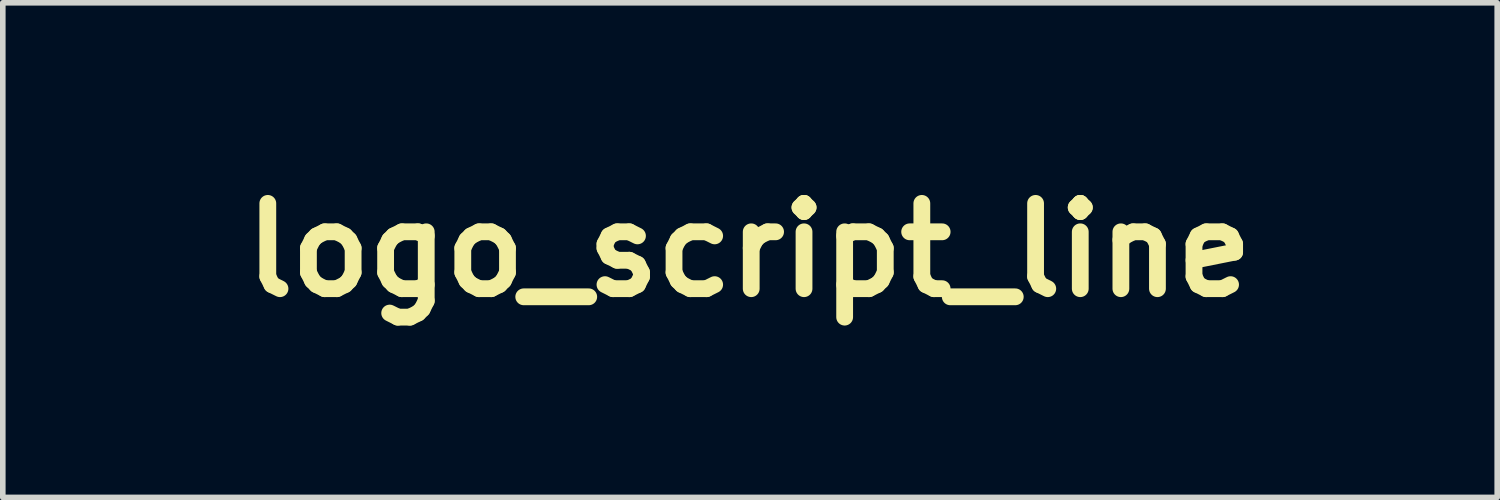
<source format=kicad_pcb>
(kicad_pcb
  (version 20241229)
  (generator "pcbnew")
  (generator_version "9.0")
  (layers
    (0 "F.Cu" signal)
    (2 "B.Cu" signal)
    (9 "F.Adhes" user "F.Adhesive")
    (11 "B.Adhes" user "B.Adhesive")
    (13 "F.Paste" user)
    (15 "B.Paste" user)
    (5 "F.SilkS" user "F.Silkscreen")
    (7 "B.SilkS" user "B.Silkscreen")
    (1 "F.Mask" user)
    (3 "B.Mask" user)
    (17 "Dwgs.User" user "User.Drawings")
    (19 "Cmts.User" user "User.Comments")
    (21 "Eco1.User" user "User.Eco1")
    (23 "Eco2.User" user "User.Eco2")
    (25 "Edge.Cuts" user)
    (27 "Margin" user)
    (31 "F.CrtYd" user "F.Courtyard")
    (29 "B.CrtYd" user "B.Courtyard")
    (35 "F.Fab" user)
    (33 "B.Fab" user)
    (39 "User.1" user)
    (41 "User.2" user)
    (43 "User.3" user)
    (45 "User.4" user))
  (footprint "logo_script_line"
    (layer "F.Cu")
    (at 10.334 1.418)
    (property "Reference" "logo_script_line" (at 0 0 0) (layer "F.SilkS") (effects (font (size 1.524 1.524) (thickness 0.3))))
    (attr through_hole)
    (fp_poly (pts (xy -1.48 -0.99) (xy -1.458 -0.92) (xy -1.43 -0.816) (xy -1.399 -0.689) (xy -1.398 -0.684) (xy -1.362 -0.53) (xy -1.325 -0.374) (xy -1.292 -0.235) (xy -1.272 -0.155) (xy -1.224 0.042) (xy -1.172 -0.169) (xy -1.139 -0.304) (xy -1.112 -0.386) (xy -1.089 -0.416) (xy -1.063 -0.396) (xy -1.03 -0.329) (xy -0.994 -0.237) (xy -0.908 -0.015) (xy -0.856 -0.106) (xy -0.81 -0.174) (xy -0.777 -0.196) (xy -0.762 -0.167) (xy -0.762 -0.155) (xy -0.75 -0.118) (xy -0.739 -0.113) (xy -0.724 -0.139) (xy -0.702 -0.207) (xy -0.677 -0.307) (xy -0.666 -0.363) (xy -0.641 -0.479) (xy -0.617 -0.575) (xy -0.598 -0.637) (xy -0.593 -0.649) (xy -0.576 -0.645) (xy -0.554 -0.593) (xy -0.531 -0.501) (xy -0.507 -0.377) (xy -0.489 -0.261) (xy -0.474 -0.188) (xy -0.458 -0.145) (xy -0.452 -0.141) (xy -0.44 -0.167) (xy -0.422 -0.239) (xy -0.399 -0.346) (xy -0.374 -0.478) (xy -0.367 -0.515) (xy -0.342 -0.655) (xy -0.318 -0.774) (xy -0.298 -0.862) (xy -0.284 -0.908) (xy -0.282 -0.911) (xy -0.268 -0.895) (xy -0.242 -0.833) (xy -0.209 -0.736) (xy -0.171 -0.614) (xy -0.168 -0.603) (xy -0.074 -0.272) (xy -0.025 -0.383) (xy 0.006 -0.46) (xy 0.024 -0.518) (xy 0.026 -0.529) (xy 0.045 -0.562) (xy 0.054 -0.564) (xy 0.068 -0.539) (xy 0.083 -0.47) (xy 0.096 -0.372) (xy 0.098 -0.346) (xy 0.113 -0.179) (xy 0.126 -0.064) (xy 0.14 -0.000319) (xy 0.156 0.011) (xy 0.176 -0.032) (xy 0.204 -0.127) (xy 0.24 -0.278) (xy 0.266 -0.393) (xy 0.303 -0.55) (xy 0.336 -0.688) (xy 0.365 -0.796) (xy 0.385 -0.866) (xy 0.395 -0.889) (xy 0.409 -0.867) (xy 0.434 -0.801) (xy 0.468 -0.699) (xy 0.508 -0.57) (xy 0.522 -0.519) (xy 0.563 -0.381) (xy 0.6 -0.263) (xy 0.629 -0.176) (xy 0.648 -0.13) (xy 0.652 -0.125) (xy 0.676 -0.14) (xy 0.716 -0.192) (xy 0.746 -0.24) (xy 0.79 -0.311) (xy 0.822 -0.357) (xy 0.832 -0.367) (xy 0.85 -0.345) (xy 0.892 -0.285) (xy 0.948 -0.2) (xy 0.976 -0.155) (xy 1.111 0.056) (xy 10.358 0.056) (xy 10.358 0.226) (xy 1.022 0.226) (xy 0.93 0.083) (xy 0.839 -0.06) (xy 0.728 0.115) (xy 0.672 0.196) (xy 0.626 0.25) (xy 0.598 0.266) (xy 0.595 0.265) (xy 0.578 0.228) (xy 0.551 0.15) (xy 0.519 0.048) (xy 0.509 0.014) (xy 0.477 -0.095) (xy 0.448 -0.185) (xy 0.429 -0.24) (xy 0.425 -0.248) (xy 0.414 -0.232) (xy 0.393 -0.167) (xy 0.363 -0.062) (xy 0.326 0.078) (xy 0.285 0.244) (xy 0.254 0.38) (xy 0.21 0.565) (xy 0.171 0.73) (xy 0.136 0.868) (xy 0.108 0.97) (xy 0.09 1.031) (xy 0.083 1.044) (xy 0.075 1.018) (xy 0.064 0.945) (xy 0.05 0.836) (xy 0.037 0.7) (xy 0.032 0.642) (xy 0.018 0.49) (xy 0.005 0.353) (xy -0.007 0.243) (xy -0.016 0.172) (xy -0.018 0.16) (xy -0.032 0.108) (xy -0.048 0.105) (xy -0.07 0.131) (xy -0.09 0.15) (xy -0.108 0.14) (xy -0.13 0.095) (xy -0.159 0.007) (xy -0.175 -0.044) (xy -0.244 -0.268) (xy -0.339 0.234) (xy -0.37 0.391) (xy -0.399 0.524) (xy -0.424 0.625) (xy -0.443 0.686) (xy -0.453 0.699) (xy -0.467 0.657) (xy -0.486 0.574) (xy -0.509 0.462) (xy -0.524 0.388) (xy -0.547 0.272) (xy -0.57 0.18) (xy -0.589 0.124) (xy -0.598 0.113) (xy -0.617 0.136) (xy -0.621 0.162) (xy -0.628 0.226) (xy -0.646 0.3) (xy -0.668 0.366) (xy -0.689 0.406) (xy -0.701 0.41) (xy -0.722 0.373) (xy -0.753 0.305) (xy -0.766 0.273) (xy -0.812 0.155) (xy -0.848 0.275) (xy -0.874 0.347) (xy -0.897 0.39) (xy -0.905 0.395) (xy -0.925 0.371) (xy -0.958 0.308) (xy -0.993 0.225) (xy -1.061 0.055) (xy -1.127 0.349) (xy -1.155 0.473) (xy -1.182 0.578) (xy -1.203 0.652) (xy -1.213 0.677) (xy -1.225 0.661) (xy -1.247 0.599) (xy -1.276 0.503) (xy -1.31 0.381) (xy -1.346 0.245) (xy -1.382 0.105) (xy -1.415 -0.031) (xy -1.442 -0.151) (xy -1.461 -0.246) (xy -1.469 -0.305) (xy -1.469 -0.306) (xy -1.474 -0.331) (xy -1.487 -0.311) (xy -1.507 -0.246) (xy -1.535 -0.132) (xy -1.573 0.033) (xy -1.611 0.205) (xy -1.644 0.354) (xy -1.675 0.483) (xy -1.701 0.58) (xy -1.719 0.638) (xy -1.726 0.649) (xy -1.745 0.625) (xy -1.772 0.562) (xy -1.793 0.501) (xy -1.823 0.415) (xy -1.849 0.352) (xy -1.86 0.332) (xy -1.877 0.348) (xy -1.907 0.407) (xy -1.946 0.498) (xy -1.974 0.572) (xy -2.016 0.686) (xy -2.053 0.779) (xy -2.08 0.84) (xy -2.088 0.855) (xy -2.1 0.837) (xy -2.117 0.773) (xy -2.139 0.67) (xy -2.163 0.54) (xy -2.173 0.478) (xy -2.239 0.078) (xy -2.308 0.251) (xy -2.346 0.339) (xy -2.378 0.401) (xy -2.397 0.423) (xy -2.418 0.399) (xy -2.443 0.338) (xy -2.452 0.31) (xy -2.477 0.24) (xy -2.501 0.215) (xy -2.535 0.223) (xy -2.541 0.226) (xy -2.573 0.231) (xy -2.652 0.235) (xy -2.778 0.238) (xy -2.952 0.241) (xy -3.176 0.243) (xy -3.449 0.244) (xy -3.773 0.244) (xy -4.149 0.244) (xy -4.578 0.244) (xy -5.06 0.242) (xy -5.596 0.24) (xy -6.188 0.238) (xy -6.463 0.236) (xy -10.329 0.217) (xy -10.329 0.057) (xy -6.482 0.075) (xy -2.635 0.094) (xy -2.525 0.019) (xy -2.456 -0.021) (xy -2.409 -0.033) (xy -2.399 -0.028) (xy -2.381 -0.039) (xy -2.35 -0.093) (xy -2.309 -0.18) (xy -2.289 -0.226) (xy -2.246 -0.326) (xy -2.208 -0.4) (xy -2.182 -0.437) (xy -2.176 -0.439) (xy -2.164 -0.408) (xy -2.146 -0.332) (xy -2.125 -0.223) (xy -2.104 -0.091) (xy -2.103 -0.087) (xy -2.082 0.042) (xy -2.062 0.146) (xy -2.046 0.216) (xy -2.035 0.241) (xy -2.034 0.241) (xy -2.018 0.211) (xy -1.989 0.142) (xy -1.954 0.047) (xy -1.948 0.031) (xy -1.912 -0.065) (xy -1.881 -0.136) (xy -1.86 -0.169) (xy -1.858 -0.169) (xy -1.838 -0.145) (xy -1.812 -0.084) (xy -1.802 -0.055) (xy -1.776 0.013) (xy -1.754 0.03) (xy -1.748 0.023) (xy -1.736 -0.016) (xy -1.714 -0.1) (xy -1.686 -0.22) (xy -1.652 -0.367) (xy -1.619 -0.515) (xy -1.584 -0.675) (xy -1.551 -0.813) (xy -1.524 -0.922) (xy -1.503 -0.992) (xy -1.493 -1.016) (xy -1.48 -0.99)) (stroke (width 0.01) (type solid)) (fill yes) (layer "F.Mask")))
  (gr_rect
    (start -3 -3)
    (end 23.697 5.836)
    (stroke (width 0.1) (type default))
    (fill no)
    (layer "Edge.Cuts")))
</source>
